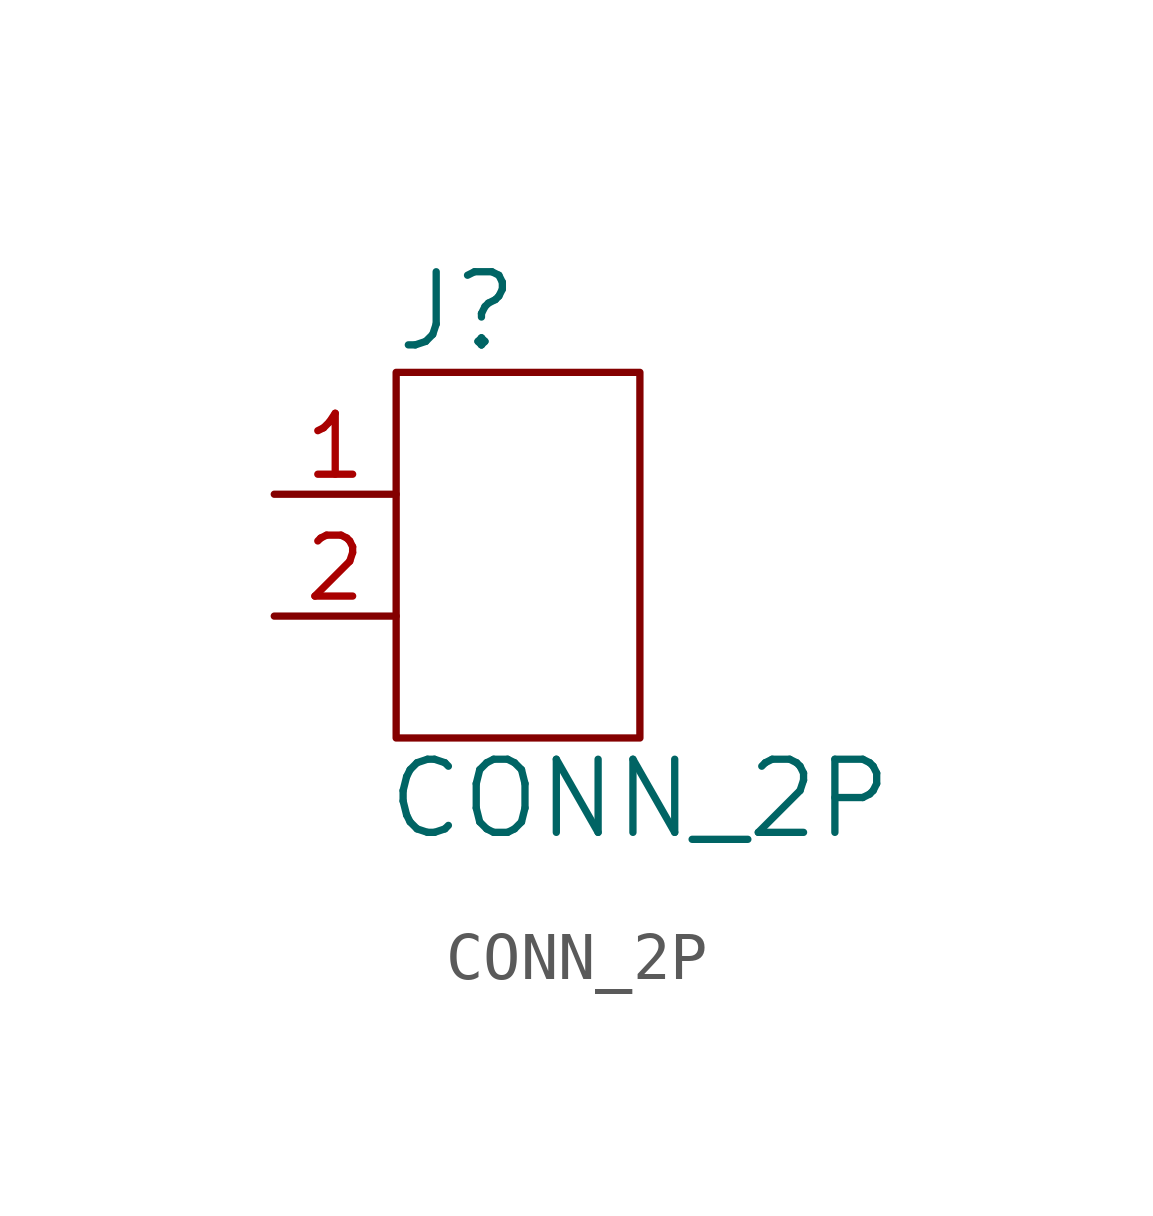
<source format=kicad_sym>
(kicad_symbol_lib
  (version 20211014)
  (generator kicad_symbol_editor)
  (symbol "CONN_2P"
    (pin_names
      (offset 1.016) hide)
    (property "Reference" "J"
      (at -1.27 5.08 0)
      (effects (font (size 1.524 1.524))))
    (property "Value" "CONN_2P"
      (at 2.54 -5.08 0)
      (effects (font (size 1.524 1.524))))
    (property "Footprint" ""
      (at 0 0 0)
      (effects (font (size 1.524 1.524))))
    (property "Datasheet" ""
      (at 0 0 0)
      (effects (font (size 1.524 1.524))))
    (symbol "CONN_2P_0_1"
      (rectangle (start -2.54 3.81) (end 2.54 -3.81) (stroke (width 0) (type default) (color 0 0 0 0)) (fill (type none))))
    (symbol "CONN_2P_1_1"
      (pin passive line (at -5.08 1.27 0) (length 2.54) (name "~" (effects (font (size 1.27 1.27)))) (number "1" (effects (font (size 1.27 1.27)))))
      (pin passive line (at -5.08 -1.27 0) (length 2.54) (name "~" (effects (font (size 1.27 1.27)))) (number "2" (effects (font (size 1.27 1.27))))))))
</source>
